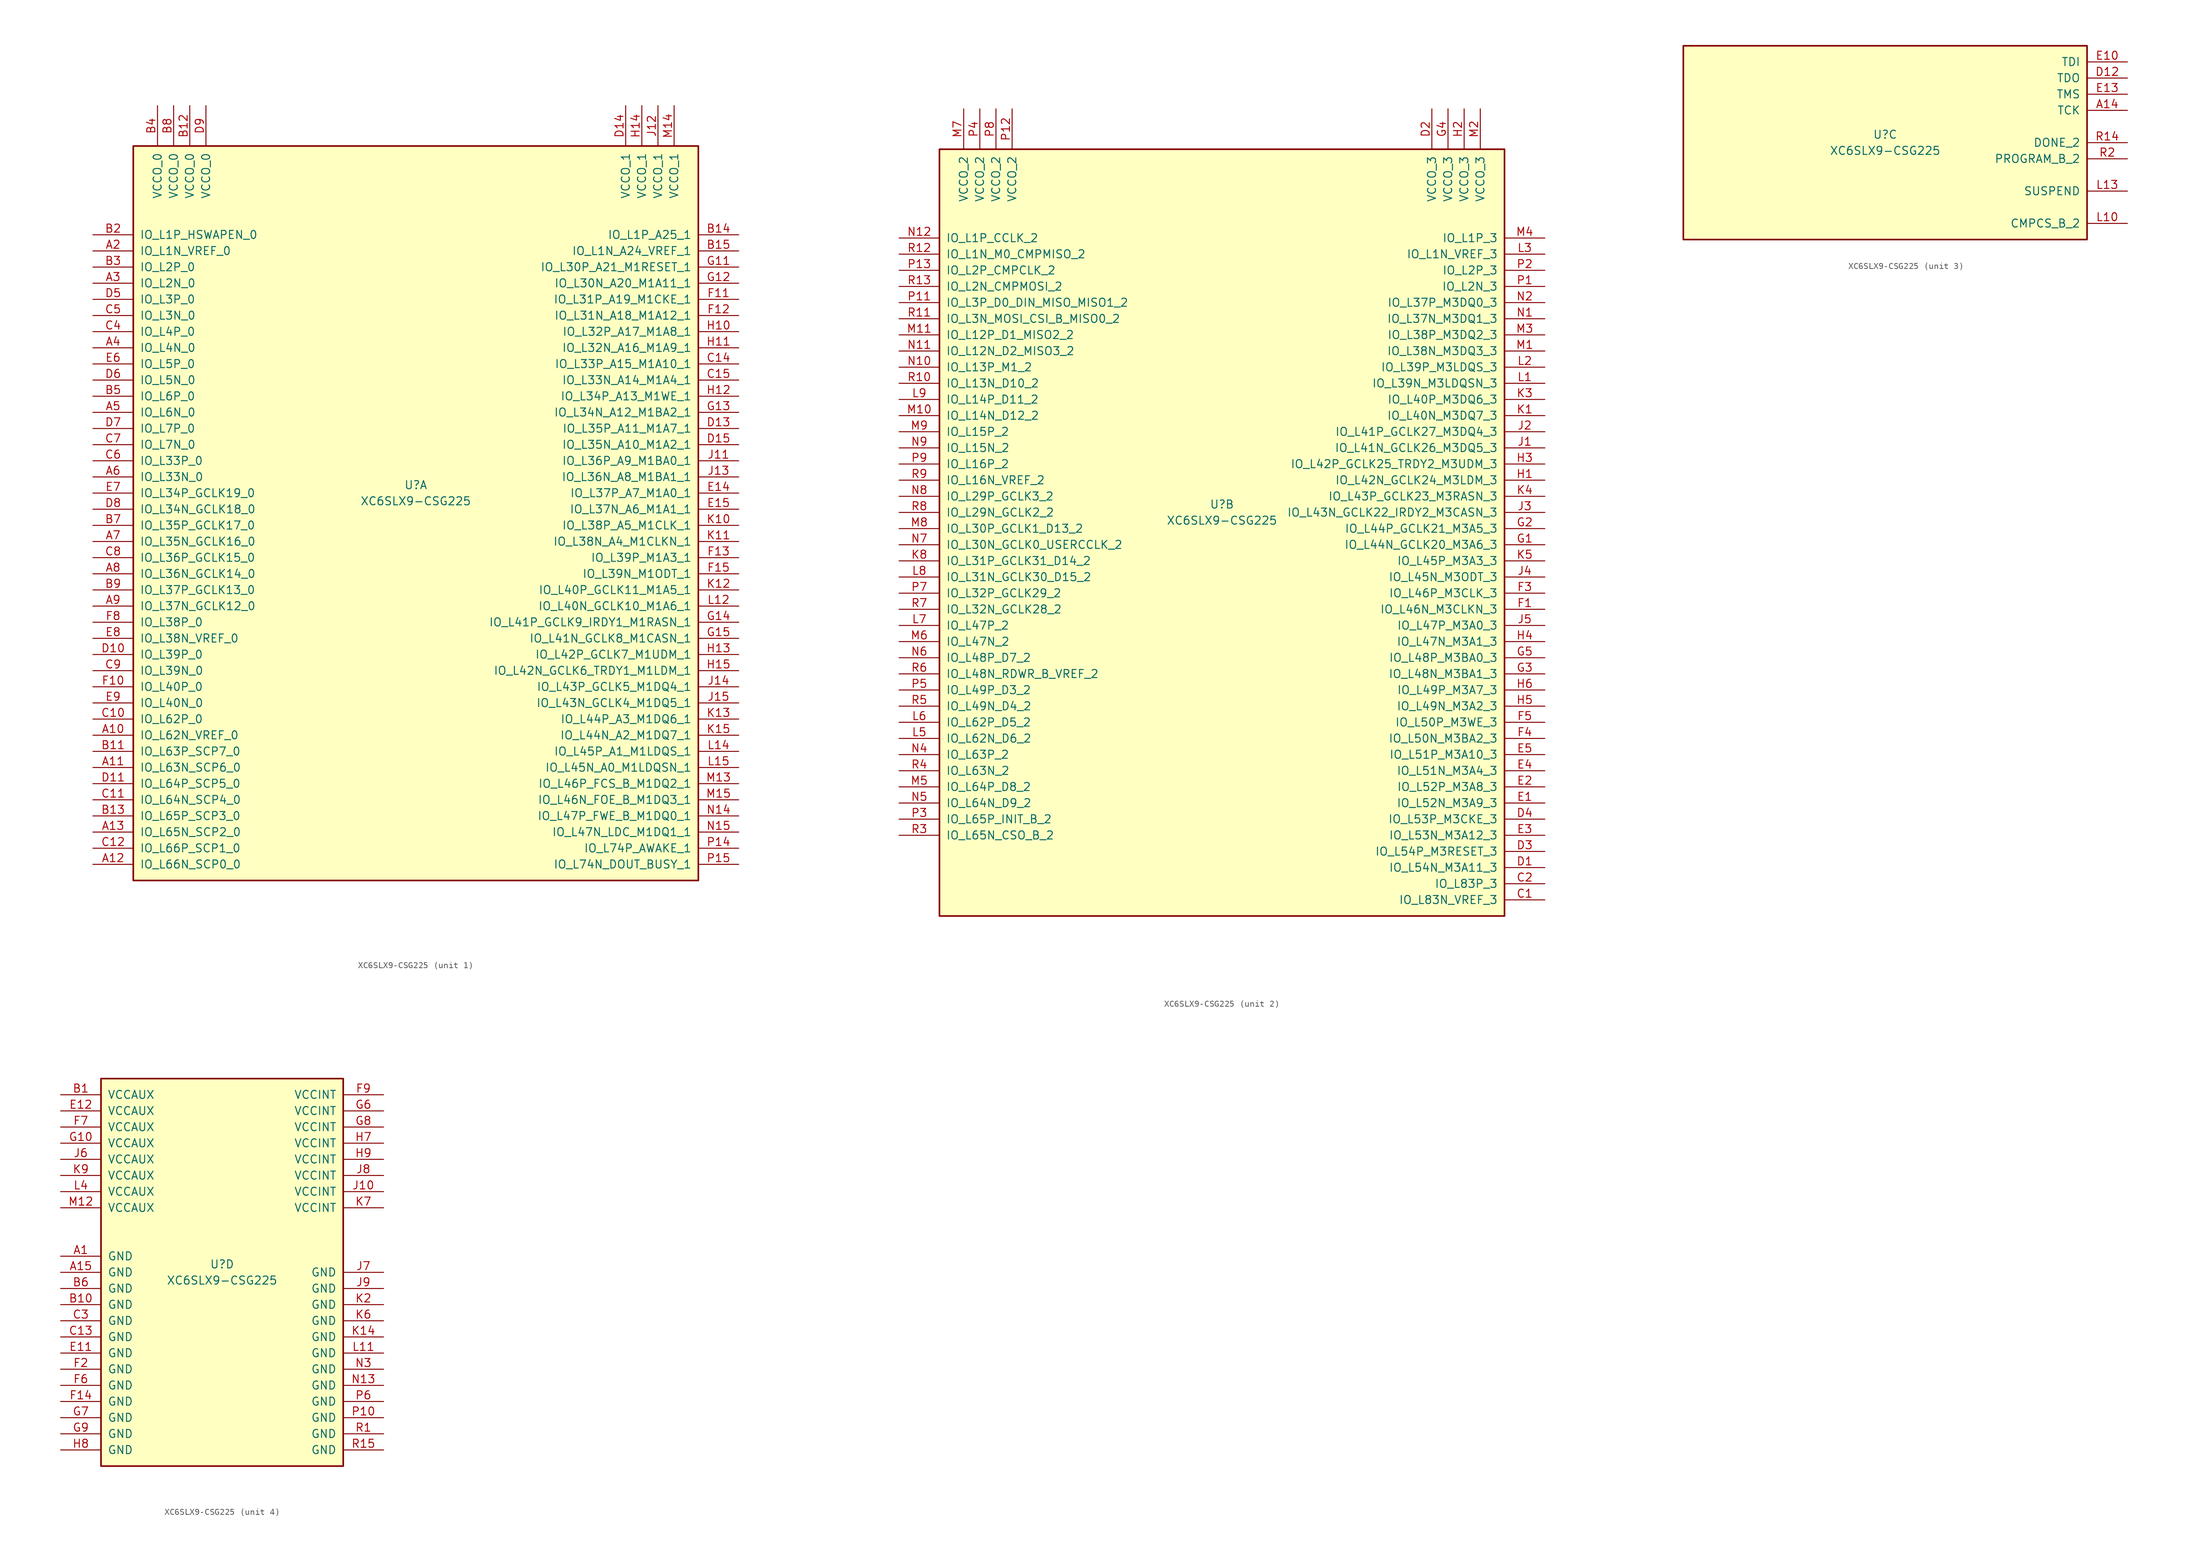
<source format=kicad_sym>
(kicad_symbol_lib
  (version 20201005)
  (generator kicad_symbol_editor)
  (symbol "XC6SLX9-CSG225"
    (pin_names
      (offset 1.016))
    (property "Reference" "U"
      (at 0 1.27 0)
      (effects (font (size 1.27 1.27))))
    (property "Value" "XC6SLX9-CSG225"
      (at 0 -1.27 0)
      (effects (font (size 1.27 1.27))))
    (property "Datasheet" ""
      (at 0 0 0)
      (effects (font (size 1.27 1.27))))
    (property "ki_locked" ""
      (at 0 0 0)
      (effects (font (size 1.27 1.27))))
    (symbol "XC6SLX9-CSG225_1_1"
      (rectangle (start -44.45 54.61) (end 44.45 -60.96) (stroke (width 0.254)) (fill (type background)))
      (pin bidirectional line (at -50.8 -38.1 0) (length 6.35) (name "IO_L62N_VREF_0" (effects (font (size 1.27 1.27)))) (number "A10" (effects (font (size 1.27 1.27)))))
      (pin bidirectional line (at -50.8 -43.18 0) (length 6.35) (name "IO_L63N_SCP6_0" (effects (font (size 1.27 1.27)))) (number "A11" (effects (font (size 1.27 1.27)))))
      (pin bidirectional line (at -50.8 -58.42 0) (length 6.35) (name "IO_L66N_SCP0_0" (effects (font (size 1.27 1.27)))) (number "A12" (effects (font (size 1.27 1.27)))))
      (pin bidirectional line (at -50.8 -53.34 0) (length 6.35) (name "IO_L65N_SCP2_0" (effects (font (size 1.27 1.27)))) (number "A13" (effects (font (size 1.27 1.27)))))
      (pin bidirectional line (at -50.8 38.1 0) (length 6.35) (name "IO_L1N_VREF_0" (effects (font (size 1.27 1.27)))) (number "A2" (effects (font (size 1.27 1.27)))))
      (pin bidirectional line (at -50.8 33.02 0) (length 6.35) (name "IO_L2N_0" (effects (font (size 1.27 1.27)))) (number "A3" (effects (font (size 1.27 1.27)))))
      (pin bidirectional line (at -50.8 22.86 0) (length 6.35) (name "IO_L4N_0" (effects (font (size 1.27 1.27)))) (number "A4" (effects (font (size 1.27 1.27)))))
      (pin bidirectional line (at -50.8 12.7 0) (length 6.35) (name "IO_L6N_0" (effects (font (size 1.27 1.27)))) (number "A5" (effects (font (size 1.27 1.27)))))
      (pin bidirectional line (at -50.8 2.54 0) (length 6.35) (name "IO_L33N_0" (effects (font (size 1.27 1.27)))) (number "A6" (effects (font (size 1.27 1.27)))))
      (pin bidirectional line (at -50.8 -7.62 0) (length 6.35) (name "IO_L35N_GCLK16_0" (effects (font (size 1.27 1.27)))) (number "A7" (effects (font (size 1.27 1.27)))))
      (pin bidirectional line (at -50.8 -12.7 0) (length 6.35) (name "IO_L36N_GCLK14_0" (effects (font (size 1.27 1.27)))) (number "A8" (effects (font (size 1.27 1.27)))))
      (pin bidirectional line (at -50.8 -17.78 0) (length 6.35) (name "IO_L37N_GCLK12_0" (effects (font (size 1.27 1.27)))) (number "A9" (effects (font (size 1.27 1.27)))))
      (pin bidirectional line (at -50.8 -40.64 0) (length 6.35) (name "IO_L63P_SCP7_0" (effects (font (size 1.27 1.27)))) (number "B11" (effects (font (size 1.27 1.27)))))
      (pin power_in line (at -35.56 60.96 270) (length 6.35) (name "VCCO_0" (effects (font (size 1.27 1.27)))) (number "B12" (effects (font (size 1.27 1.27)))))
      (pin bidirectional line (at -50.8 -50.8 0) (length 6.35) (name "IO_L65P_SCP3_0" (effects (font (size 1.27 1.27)))) (number "B13" (effects (font (size 1.27 1.27)))))
      (pin bidirectional line (at 50.8 40.64 180) (length 6.35) (name "IO_L1P_A25_1" (effects (font (size 1.27 1.27)))) (number "B14" (effects (font (size 1.27 1.27)))))
      (pin bidirectional line (at 50.8 38.1 180) (length 6.35) (name "IO_L1N_A24_VREF_1" (effects (font (size 1.27 1.27)))) (number "B15" (effects (font (size 1.27 1.27)))))
      (pin bidirectional line (at -50.8 40.64 0) (length 6.35) (name "IO_L1P_HSWAPEN_0" (effects (font (size 1.27 1.27)))) (number "B2" (effects (font (size 1.27 1.27)))))
      (pin bidirectional line (at -50.8 35.56 0) (length 6.35) (name "IO_L2P_0" (effects (font (size 1.27 1.27)))) (number "B3" (effects (font (size 1.27 1.27)))))
      (pin power_in line (at -40.64 60.96 270) (length 6.35) (name "VCCO_0" (effects (font (size 1.27 1.27)))) (number "B4" (effects (font (size 1.27 1.27)))))
      (pin bidirectional line (at -50.8 15.24 0) (length 6.35) (name "IO_L6P_0" (effects (font (size 1.27 1.27)))) (number "B5" (effects (font (size 1.27 1.27)))))
      (pin bidirectional line (at -50.8 -5.08 0) (length 6.35) (name "IO_L35P_GCLK17_0" (effects (font (size 1.27 1.27)))) (number "B7" (effects (font (size 1.27 1.27)))))
      (pin power_in line (at -38.1 60.96 270) (length 6.35) (name "VCCO_0" (effects (font (size 1.27 1.27)))) (number "B8" (effects (font (size 1.27 1.27)))))
      (pin bidirectional line (at -50.8 -15.24 0) (length 6.35) (name "IO_L37P_GCLK13_0" (effects (font (size 1.27 1.27)))) (number "B9" (effects (font (size 1.27 1.27)))))
      (pin bidirectional line (at -50.8 -35.56 0) (length 6.35) (name "IO_L62P_0" (effects (font (size 1.27 1.27)))) (number "C10" (effects (font (size 1.27 1.27)))))
      (pin bidirectional line (at -50.8 -48.26 0) (length 6.35) (name "IO_L64N_SCP4_0" (effects (font (size 1.27 1.27)))) (number "C11" (effects (font (size 1.27 1.27)))))
      (pin bidirectional line (at -50.8 -55.88 0) (length 6.35) (name "IO_L66P_SCP1_0" (effects (font (size 1.27 1.27)))) (number "C12" (effects (font (size 1.27 1.27)))))
      (pin bidirectional line (at 50.8 20.32 180) (length 6.35) (name "IO_L33P_A15_M1A10_1" (effects (font (size 1.27 1.27)))) (number "C14" (effects (font (size 1.27 1.27)))))
      (pin bidirectional line (at 50.8 17.78 180) (length 6.35) (name "IO_L33N_A14_M1A4_1" (effects (font (size 1.27 1.27)))) (number "C15" (effects (font (size 1.27 1.27)))))
      (pin bidirectional line (at -50.8 25.4 0) (length 6.35) (name "IO_L4P_0" (effects (font (size 1.27 1.27)))) (number "C4" (effects (font (size 1.27 1.27)))))
      (pin bidirectional line (at -50.8 27.94 0) (length 6.35) (name "IO_L3N_0" (effects (font (size 1.27 1.27)))) (number "C5" (effects (font (size 1.27 1.27)))))
      (pin bidirectional line (at -50.8 5.08 0) (length 6.35) (name "IO_L33P_0" (effects (font (size 1.27 1.27)))) (number "C6" (effects (font (size 1.27 1.27)))))
      (pin bidirectional line (at -50.8 7.62 0) (length 6.35) (name "IO_L7N_0" (effects (font (size 1.27 1.27)))) (number "C7" (effects (font (size 1.27 1.27)))))
      (pin bidirectional line (at -50.8 -10.16 0) (length 6.35) (name "IO_L36P_GCLK15_0" (effects (font (size 1.27 1.27)))) (number "C8" (effects (font (size 1.27 1.27)))))
      (pin bidirectional line (at -50.8 -27.94 0) (length 6.35) (name "IO_L39N_0" (effects (font (size 1.27 1.27)))) (number "C9" (effects (font (size 1.27 1.27)))))
      (pin bidirectional line (at -50.8 -25.4 0) (length 6.35) (name "IO_L39P_0" (effects (font (size 1.27 1.27)))) (number "D10" (effects (font (size 1.27 1.27)))))
      (pin bidirectional line (at -50.8 -45.72 0) (length 6.35) (name "IO_L64P_SCP5_0" (effects (font (size 1.27 1.27)))) (number "D11" (effects (font (size 1.27 1.27)))))
      (pin bidirectional line (at 50.8 10.16 180) (length 6.35) (name "IO_L35P_A11_M1A7_1" (effects (font (size 1.27 1.27)))) (number "D13" (effects (font (size 1.27 1.27)))))
      (pin power_in line (at 33.02 60.96 270) (length 6.35) (name "VCCO_1" (effects (font (size 1.27 1.27)))) (number "D14" (effects (font (size 1.27 1.27)))))
      (pin bidirectional line (at 50.8 7.62 180) (length 6.35) (name "IO_L35N_A10_M1A2_1" (effects (font (size 1.27 1.27)))) (number "D15" (effects (font (size 1.27 1.27)))))
      (pin bidirectional line (at -50.8 30.48 0) (length 6.35) (name "IO_L3P_0" (effects (font (size 1.27 1.27)))) (number "D5" (effects (font (size 1.27 1.27)))))
      (pin bidirectional line (at -50.8 17.78 0) (length 6.35) (name "IO_L5N_0" (effects (font (size 1.27 1.27)))) (number "D6" (effects (font (size 1.27 1.27)))))
      (pin bidirectional line (at -50.8 10.16 0) (length 6.35) (name "IO_L7P_0" (effects (font (size 1.27 1.27)))) (number "D7" (effects (font (size 1.27 1.27)))))
      (pin bidirectional line (at -50.8 -2.54 0) (length 6.35) (name "IO_L34N_GCLK18_0" (effects (font (size 1.27 1.27)))) (number "D8" (effects (font (size 1.27 1.27)))))
      (pin power_in line (at -33.02 60.96 270) (length 6.35) (name "VCCO_0" (effects (font (size 1.27 1.27)))) (number "D9" (effects (font (size 1.27 1.27)))))
      (pin bidirectional line (at 50.8 0 180) (length 6.35) (name "IO_L37P_A7_M1A0_1" (effects (font (size 1.27 1.27)))) (number "E14" (effects (font (size 1.27 1.27)))))
      (pin bidirectional line (at 50.8 -2.54 180) (length 6.35) (name "IO_L37N_A6_M1A1_1" (effects (font (size 1.27 1.27)))) (number "E15" (effects (font (size 1.27 1.27)))))
      (pin bidirectional line (at -50.8 20.32 0) (length 6.35) (name "IO_L5P_0" (effects (font (size 1.27 1.27)))) (number "E6" (effects (font (size 1.27 1.27)))))
      (pin bidirectional line (at -50.8 0 0) (length 6.35) (name "IO_L34P_GCLK19_0" (effects (font (size 1.27 1.27)))) (number "E7" (effects (font (size 1.27 1.27)))))
      (pin bidirectional line (at -50.8 -22.86 0) (length 6.35) (name "IO_L38N_VREF_0" (effects (font (size 1.27 1.27)))) (number "E8" (effects (font (size 1.27 1.27)))))
      (pin bidirectional line (at -50.8 -33.02 0) (length 6.35) (name "IO_L40N_0" (effects (font (size 1.27 1.27)))) (number "E9" (effects (font (size 1.27 1.27)))))
      (pin bidirectional line (at -50.8 -30.48 0) (length 6.35) (name "IO_L40P_0" (effects (font (size 1.27 1.27)))) (number "F10" (effects (font (size 1.27 1.27)))))
      (pin bidirectional line (at 50.8 30.48 180) (length 6.35) (name "IO_L31P_A19_M1CKE_1" (effects (font (size 1.27 1.27)))) (number "F11" (effects (font (size 1.27 1.27)))))
      (pin bidirectional line (at 50.8 27.94 180) (length 6.35) (name "IO_L31N_A18_M1A12_1" (effects (font (size 1.27 1.27)))) (number "F12" (effects (font (size 1.27 1.27)))))
      (pin bidirectional line (at 50.8 -10.16 180) (length 6.35) (name "IO_L39P_M1A3_1" (effects (font (size 1.27 1.27)))) (number "F13" (effects (font (size 1.27 1.27)))))
      (pin bidirectional line (at 50.8 -12.7 180) (length 6.35) (name "IO_L39N_M1ODT_1" (effects (font (size 1.27 1.27)))) (number "F15" (effects (font (size 1.27 1.27)))))
      (pin bidirectional line (at -50.8 -20.32 0) (length 6.35) (name "IO_L38P_0" (effects (font (size 1.27 1.27)))) (number "F8" (effects (font (size 1.27 1.27)))))
      (pin bidirectional line (at 50.8 35.56 180) (length 6.35) (name "IO_L30P_A21_M1RESET_1" (effects (font (size 1.27 1.27)))) (number "G11" (effects (font (size 1.27 1.27)))))
      (pin bidirectional line (at 50.8 33.02 180) (length 6.35) (name "IO_L30N_A20_M1A11_1" (effects (font (size 1.27 1.27)))) (number "G12" (effects (font (size 1.27 1.27)))))
      (pin bidirectional line (at 50.8 12.7 180) (length 6.35) (name "IO_L34N_A12_M1BA2_1" (effects (font (size 1.27 1.27)))) (number "G13" (effects (font (size 1.27 1.27)))))
      (pin bidirectional line (at 50.8 -20.32 180) (length 6.35) (name "IO_L41P_GCLK9_IRDY1_M1RASN_1" (effects (font (size 1.27 1.27)))) (number "G14" (effects (font (size 1.27 1.27)))))
      (pin bidirectional line (at 50.8 -22.86 180) (length 6.35) (name "IO_L41N_GCLK8_M1CASN_1" (effects (font (size 1.27 1.27)))) (number "G15" (effects (font (size 1.27 1.27)))))
      (pin bidirectional line (at 50.8 25.4 180) (length 6.35) (name "IO_L32P_A17_M1A8_1" (effects (font (size 1.27 1.27)))) (number "H10" (effects (font (size 1.27 1.27)))))
      (pin bidirectional line (at 50.8 22.86 180) (length 6.35) (name "IO_L32N_A16_M1A9_1" (effects (font (size 1.27 1.27)))) (number "H11" (effects (font (size 1.27 1.27)))))
      (pin bidirectional line (at 50.8 15.24 180) (length 6.35) (name "IO_L34P_A13_M1WE_1" (effects (font (size 1.27 1.27)))) (number "H12" (effects (font (size 1.27 1.27)))))
      (pin bidirectional line (at 50.8 -25.4 180) (length 6.35) (name "IO_L42P_GCLK7_M1UDM_1" (effects (font (size 1.27 1.27)))) (number "H13" (effects (font (size 1.27 1.27)))))
      (pin power_in line (at 35.56 60.96 270) (length 6.35) (name "VCCO_1" (effects (font (size 1.27 1.27)))) (number "H14" (effects (font (size 1.27 1.27)))))
      (pin bidirectional line (at 50.8 -27.94 180) (length 6.35) (name "IO_L42N_GCLK6_TRDY1_M1LDM_1" (effects (font (size 1.27 1.27)))) (number "H15" (effects (font (size 1.27 1.27)))))
      (pin bidirectional line (at 50.8 5.08 180) (length 6.35) (name "IO_L36P_A9_M1BA0_1" (effects (font (size 1.27 1.27)))) (number "J11" (effects (font (size 1.27 1.27)))))
      (pin power_in line (at 38.1 60.96 270) (length 6.35) (name "VCCO_1" (effects (font (size 1.27 1.27)))) (number "J12" (effects (font (size 1.27 1.27)))))
      (pin bidirectional line (at 50.8 2.54 180) (length 6.35) (name "IO_L36N_A8_M1BA1_1" (effects (font (size 1.27 1.27)))) (number "J13" (effects (font (size 1.27 1.27)))))
      (pin bidirectional line (at 50.8 -30.48 180) (length 6.35) (name "IO_L43P_GCLK5_M1DQ4_1" (effects (font (size 1.27 1.27)))) (number "J14" (effects (font (size 1.27 1.27)))))
      (pin bidirectional line (at 50.8 -33.02 180) (length 6.35) (name "IO_L43N_GCLK4_M1DQ5_1" (effects (font (size 1.27 1.27)))) (number "J15" (effects (font (size 1.27 1.27)))))
      (pin bidirectional line (at 50.8 -5.08 180) (length 6.35) (name "IO_L38P_A5_M1CLK_1" (effects (font (size 1.27 1.27)))) (number "K10" (effects (font (size 1.27 1.27)))))
      (pin bidirectional line (at 50.8 -7.62 180) (length 6.35) (name "IO_L38N_A4_M1CLKN_1" (effects (font (size 1.27 1.27)))) (number "K11" (effects (font (size 1.27 1.27)))))
      (pin bidirectional line (at 50.8 -15.24 180) (length 6.35) (name "IO_L40P_GCLK11_M1A5_1" (effects (font (size 1.27 1.27)))) (number "K12" (effects (font (size 1.27 1.27)))))
      (pin bidirectional line (at 50.8 -35.56 180) (length 6.35) (name "IO_L44P_A3_M1DQ6_1" (effects (font (size 1.27 1.27)))) (number "K13" (effects (font (size 1.27 1.27)))))
      (pin bidirectional line (at 50.8 -38.1 180) (length 6.35) (name "IO_L44N_A2_M1DQ7_1" (effects (font (size 1.27 1.27)))) (number "K15" (effects (font (size 1.27 1.27)))))
      (pin bidirectional line (at 50.8 -17.78 180) (length 6.35) (name "IO_L40N_GCLK10_M1A6_1" (effects (font (size 1.27 1.27)))) (number "L12" (effects (font (size 1.27 1.27)))))
      (pin bidirectional line (at 50.8 -40.64 180) (length 6.35) (name "IO_L45P_A1_M1LDQS_1" (effects (font (size 1.27 1.27)))) (number "L14" (effects (font (size 1.27 1.27)))))
      (pin bidirectional line (at 50.8 -43.18 180) (length 6.35) (name "IO_L45N_A0_M1LDQSN_1" (effects (font (size 1.27 1.27)))) (number "L15" (effects (font (size 1.27 1.27)))))
      (pin bidirectional line (at 50.8 -45.72 180) (length 6.35) (name "IO_L46P_FCS_B_M1DQ2_1" (effects (font (size 1.27 1.27)))) (number "M13" (effects (font (size 1.27 1.27)))))
      (pin power_in line (at 40.64 60.96 270) (length 6.35) (name "VCCO_1" (effects (font (size 1.27 1.27)))) (number "M14" (effects (font (size 1.27 1.27)))))
      (pin bidirectional line (at 50.8 -48.26 180) (length 6.35) (name "IO_L46N_FOE_B_M1DQ3_1" (effects (font (size 1.27 1.27)))) (number "M15" (effects (font (size 1.27 1.27)))))
      (pin bidirectional line (at 50.8 -50.8 180) (length 6.35) (name "IO_L47P_FWE_B_M1DQ0_1" (effects (font (size 1.27 1.27)))) (number "N14" (effects (font (size 1.27 1.27)))))
      (pin bidirectional line (at 50.8 -53.34 180) (length 6.35) (name "IO_L47N_LDC_M1DQ1_1" (effects (font (size 1.27 1.27)))) (number "N15" (effects (font (size 1.27 1.27)))))
      (pin bidirectional line (at 50.8 -55.88 180) (length 6.35) (name "IO_L74P_AWAKE_1" (effects (font (size 1.27 1.27)))) (number "P14" (effects (font (size 1.27 1.27)))))
      (pin bidirectional line (at 50.8 -58.42 180) (length 6.35) (name "IO_L74N_DOUT_BUSY_1" (effects (font (size 1.27 1.27)))) (number "P15" (effects (font (size 1.27 1.27))))))
    (symbol "XC6SLX9-CSG225_2_1"
      (rectangle (start -44.45 57.15) (end 44.45 -63.5) (stroke (width 0.254)) (fill (type background)))
      (pin bidirectional line (at 50.8 -60.96 180) (length 6.35) (name "IO_L83N_VREF_3" (effects (font (size 1.27 1.27)))) (number "C1" (effects (font (size 1.27 1.27)))))
      (pin bidirectional line (at 50.8 -58.42 180) (length 6.35) (name "IO_L83P_3" (effects (font (size 1.27 1.27)))) (number "C2" (effects (font (size 1.27 1.27)))))
      (pin bidirectional line (at 50.8 -55.88 180) (length 6.35) (name "IO_L54N_M3A11_3" (effects (font (size 1.27 1.27)))) (number "D1" (effects (font (size 1.27 1.27)))))
      (pin power_in line (at 33.02 63.5 270) (length 6.35) (name "VCCO_3" (effects (font (size 1.27 1.27)))) (number "D2" (effects (font (size 1.27 1.27)))))
      (pin bidirectional line (at 50.8 -53.34 180) (length 6.35) (name "IO_L54P_M3RESET_3" (effects (font (size 1.27 1.27)))) (number "D3" (effects (font (size 1.27 1.27)))))
      (pin bidirectional line (at 50.8 -48.26 180) (length 6.35) (name "IO_L53P_M3CKE_3" (effects (font (size 1.27 1.27)))) (number "D4" (effects (font (size 1.27 1.27)))))
      (pin bidirectional line (at 50.8 -45.72 180) (length 6.35) (name "IO_L52N_M3A9_3" (effects (font (size 1.27 1.27)))) (number "E1" (effects (font (size 1.27 1.27)))))
      (pin bidirectional line (at 50.8 -43.18 180) (length 6.35) (name "IO_L52P_M3A8_3" (effects (font (size 1.27 1.27)))) (number "E2" (effects (font (size 1.27 1.27)))))
      (pin bidirectional line (at 50.8 -50.8 180) (length 6.35) (name "IO_L53N_M3A12_3" (effects (font (size 1.27 1.27)))) (number "E3" (effects (font (size 1.27 1.27)))))
      (pin bidirectional line (at 50.8 -40.64 180) (length 6.35) (name "IO_L51N_M3A4_3" (effects (font (size 1.27 1.27)))) (number "E4" (effects (font (size 1.27 1.27)))))
      (pin bidirectional line (at 50.8 -38.1 180) (length 6.35) (name "IO_L51P_M3A10_3" (effects (font (size 1.27 1.27)))) (number "E5" (effects (font (size 1.27 1.27)))))
      (pin bidirectional line (at 50.8 -15.24 180) (length 6.35) (name "IO_L46N_M3CLKN_3" (effects (font (size 1.27 1.27)))) (number "F1" (effects (font (size 1.27 1.27)))))
      (pin bidirectional line (at 50.8 -12.7 180) (length 6.35) (name "IO_L46P_M3CLK_3" (effects (font (size 1.27 1.27)))) (number "F3" (effects (font (size 1.27 1.27)))))
      (pin bidirectional line (at 50.8 -35.56 180) (length 6.35) (name "IO_L50N_M3BA2_3" (effects (font (size 1.27 1.27)))) (number "F4" (effects (font (size 1.27 1.27)))))
      (pin bidirectional line (at 50.8 -33.02 180) (length 6.35) (name "IO_L50P_M3WE_3" (effects (font (size 1.27 1.27)))) (number "F5" (effects (font (size 1.27 1.27)))))
      (pin bidirectional line (at 50.8 -5.08 180) (length 6.35) (name "IO_L44N_GCLK20_M3A6_3" (effects (font (size 1.27 1.27)))) (number "G1" (effects (font (size 1.27 1.27)))))
      (pin bidirectional line (at 50.8 -2.54 180) (length 6.35) (name "IO_L44P_GCLK21_M3A5_3" (effects (font (size 1.27 1.27)))) (number "G2" (effects (font (size 1.27 1.27)))))
      (pin bidirectional line (at 50.8 -25.4 180) (length 6.35) (name "IO_L48N_M3BA1_3" (effects (font (size 1.27 1.27)))) (number "G3" (effects (font (size 1.27 1.27)))))
      (pin power_in line (at 35.56 63.5 270) (length 6.35) (name "VCCO_3" (effects (font (size 1.27 1.27)))) (number "G4" (effects (font (size 1.27 1.27)))))
      (pin bidirectional line (at 50.8 -22.86 180) (length 6.35) (name "IO_L48P_M3BA0_3" (effects (font (size 1.27 1.27)))) (number "G5" (effects (font (size 1.27 1.27)))))
      (pin bidirectional line (at 50.8 5.08 180) (length 6.35) (name "IO_L42N_GCLK24_M3LDM_3" (effects (font (size 1.27 1.27)))) (number "H1" (effects (font (size 1.27 1.27)))))
      (pin power_in line (at 38.1 63.5 270) (length 6.35) (name "VCCO_3" (effects (font (size 1.27 1.27)))) (number "H2" (effects (font (size 1.27 1.27)))))
      (pin bidirectional line (at 50.8 7.62 180) (length 6.35) (name "IO_L42P_GCLK25_TRDY2_M3UDM_3" (effects (font (size 1.27 1.27)))) (number "H3" (effects (font (size 1.27 1.27)))))
      (pin bidirectional line (at 50.8 -20.32 180) (length 6.35) (name "IO_L47N_M3A1_3" (effects (font (size 1.27 1.27)))) (number "H4" (effects (font (size 1.27 1.27)))))
      (pin bidirectional line (at 50.8 -30.48 180) (length 6.35) (name "IO_L49N_M3A2_3" (effects (font (size 1.27 1.27)))) (number "H5" (effects (font (size 1.27 1.27)))))
      (pin bidirectional line (at 50.8 -27.94 180) (length 6.35) (name "IO_L49P_M3A7_3" (effects (font (size 1.27 1.27)))) (number "H6" (effects (font (size 1.27 1.27)))))
      (pin bidirectional line (at 50.8 10.16 180) (length 6.35) (name "IO_L41N_GCLK26_M3DQ5_3" (effects (font (size 1.27 1.27)))) (number "J1" (effects (font (size 1.27 1.27)))))
      (pin bidirectional line (at 50.8 12.7 180) (length 6.35) (name "IO_L41P_GCLK27_M3DQ4_3" (effects (font (size 1.27 1.27)))) (number "J2" (effects (font (size 1.27 1.27)))))
      (pin bidirectional line (at 50.8 0 180) (length 6.35) (name "IO_L43N_GCLK22_IRDY2_M3CASN_3" (effects (font (size 1.27 1.27)))) (number "J3" (effects (font (size 1.27 1.27)))))
      (pin bidirectional line (at 50.8 -10.16 180) (length 6.35) (name "IO_L45N_M3ODT_3" (effects (font (size 1.27 1.27)))) (number "J4" (effects (font (size 1.27 1.27)))))
      (pin bidirectional line (at 50.8 -17.78 180) (length 6.35) (name "IO_L47P_M3A0_3" (effects (font (size 1.27 1.27)))) (number "J5" (effects (font (size 1.27 1.27)))))
      (pin bidirectional line (at 50.8 15.24 180) (length 6.35) (name "IO_L40N_M3DQ7_3" (effects (font (size 1.27 1.27)))) (number "K1" (effects (font (size 1.27 1.27)))))
      (pin bidirectional line (at 50.8 17.78 180) (length 6.35) (name "IO_L40P_M3DQ6_3" (effects (font (size 1.27 1.27)))) (number "K3" (effects (font (size 1.27 1.27)))))
      (pin bidirectional line (at 50.8 2.54 180) (length 6.35) (name "IO_L43P_GCLK23_M3RASN_3" (effects (font (size 1.27 1.27)))) (number "K4" (effects (font (size 1.27 1.27)))))
      (pin bidirectional line (at 50.8 -7.62 180) (length 6.35) (name "IO_L45P_M3A3_3" (effects (font (size 1.27 1.27)))) (number "K5" (effects (font (size 1.27 1.27)))))
      (pin bidirectional line (at -50.8 -7.62 0) (length 6.35) (name "IO_L31P_GCLK31_D14_2" (effects (font (size 1.27 1.27)))) (number "K8" (effects (font (size 1.27 1.27)))))
      (pin bidirectional line (at 50.8 20.32 180) (length 6.35) (name "IO_L39N_M3LDQSN_3" (effects (font (size 1.27 1.27)))) (number "L1" (effects (font (size 1.27 1.27)))))
      (pin bidirectional line (at 50.8 22.86 180) (length 6.35) (name "IO_L39P_M3LDQS_3" (effects (font (size 1.27 1.27)))) (number "L2" (effects (font (size 1.27 1.27)))))
      (pin bidirectional line (at 50.8 40.64 180) (length 6.35) (name "IO_L1N_VREF_3" (effects (font (size 1.27 1.27)))) (number "L3" (effects (font (size 1.27 1.27)))))
      (pin bidirectional line (at -50.8 -35.56 0) (length 6.35) (name "IO_L62N_D6_2" (effects (font (size 1.27 1.27)))) (number "L5" (effects (font (size 1.27 1.27)))))
      (pin bidirectional line (at -50.8 -33.02 0) (length 6.35) (name "IO_L62P_D5_2" (effects (font (size 1.27 1.27)))) (number "L6" (effects (font (size 1.27 1.27)))))
      (pin bidirectional line (at -50.8 -17.78 0) (length 6.35) (name "IO_L47P_2" (effects (font (size 1.27 1.27)))) (number "L7" (effects (font (size 1.27 1.27)))))
      (pin bidirectional line (at -50.8 -10.16 0) (length 6.35) (name "IO_L31N_GCLK30_D15_2" (effects (font (size 1.27 1.27)))) (number "L8" (effects (font (size 1.27 1.27)))))
      (pin bidirectional line (at -50.8 17.78 0) (length 6.35) (name "IO_L14P_D11_2" (effects (font (size 1.27 1.27)))) (number "L9" (effects (font (size 1.27 1.27)))))
      (pin bidirectional line (at 50.8 25.4 180) (length 6.35) (name "IO_L38N_M3DQ3_3" (effects (font (size 1.27 1.27)))) (number "M1" (effects (font (size 1.27 1.27)))))
      (pin bidirectional line (at -50.8 15.24 0) (length 6.35) (name "IO_L14N_D12_2" (effects (font (size 1.27 1.27)))) (number "M10" (effects (font (size 1.27 1.27)))))
      (pin bidirectional line (at -50.8 27.94 0) (length 6.35) (name "IO_L12P_D1_MISO2_2" (effects (font (size 1.27 1.27)))) (number "M11" (effects (font (size 1.27 1.27)))))
      (pin power_in line (at 40.64 63.5 270) (length 6.35) (name "VCCO_3" (effects (font (size 1.27 1.27)))) (number "M2" (effects (font (size 1.27 1.27)))))
      (pin bidirectional line (at 50.8 27.94 180) (length 6.35) (name "IO_L38P_M3DQ2_3" (effects (font (size 1.27 1.27)))) (number "M3" (effects (font (size 1.27 1.27)))))
      (pin bidirectional line (at 50.8 43.18 180) (length 6.35) (name "IO_L1P_3" (effects (font (size 1.27 1.27)))) (number "M4" (effects (font (size 1.27 1.27)))))
      (pin bidirectional line (at -50.8 -43.18 0) (length 6.35) (name "IO_L64P_D8_2" (effects (font (size 1.27 1.27)))) (number "M5" (effects (font (size 1.27 1.27)))))
      (pin bidirectional line (at -50.8 -20.32 0) (length 6.35) (name "IO_L47N_2" (effects (font (size 1.27 1.27)))) (number "M6" (effects (font (size 1.27 1.27)))))
      (pin power_in line (at -40.64 63.5 270) (length 6.35) (name "VCCO_2" (effects (font (size 1.27 1.27)))) (number "M7" (effects (font (size 1.27 1.27)))))
      (pin bidirectional line (at -50.8 -2.54 0) (length 6.35) (name "IO_L30P_GCLK1_D13_2" (effects (font (size 1.27 1.27)))) (number "M8" (effects (font (size 1.27 1.27)))))
      (pin bidirectional line (at -50.8 12.7 0) (length 6.35) (name "IO_L15P_2" (effects (font (size 1.27 1.27)))) (number "M9" (effects (font (size 1.27 1.27)))))
      (pin bidirectional line (at 50.8 30.48 180) (length 6.35) (name "IO_L37N_M3DQ1_3" (effects (font (size 1.27 1.27)))) (number "N1" (effects (font (size 1.27 1.27)))))
      (pin bidirectional line (at -50.8 22.86 0) (length 6.35) (name "IO_L13P_M1_2" (effects (font (size 1.27 1.27)))) (number "N10" (effects (font (size 1.27 1.27)))))
      (pin bidirectional line (at -50.8 25.4 0) (length 6.35) (name "IO_L12N_D2_MISO3_2" (effects (font (size 1.27 1.27)))) (number "N11" (effects (font (size 1.27 1.27)))))
      (pin bidirectional line (at -50.8 43.18 0) (length 6.35) (name "IO_L1P_CCLK_2" (effects (font (size 1.27 1.27)))) (number "N12" (effects (font (size 1.27 1.27)))))
      (pin bidirectional line (at 50.8 33.02 180) (length 6.35) (name "IO_L37P_M3DQ0_3" (effects (font (size 1.27 1.27)))) (number "N2" (effects (font (size 1.27 1.27)))))
      (pin bidirectional line (at -50.8 -38.1 0) (length 6.35) (name "IO_L63P_2" (effects (font (size 1.27 1.27)))) (number "N4" (effects (font (size 1.27 1.27)))))
      (pin bidirectional line (at -50.8 -45.72 0) (length 6.35) (name "IO_L64N_D9_2" (effects (font (size 1.27 1.27)))) (number "N5" (effects (font (size 1.27 1.27)))))
      (pin bidirectional line (at -50.8 -22.86 0) (length 6.35) (name "IO_L48P_D7_2" (effects (font (size 1.27 1.27)))) (number "N6" (effects (font (size 1.27 1.27)))))
      (pin bidirectional line (at -50.8 -5.08 0) (length 6.35) (name "IO_L30N_GCLK0_USERCCLK_2" (effects (font (size 1.27 1.27)))) (number "N7" (effects (font (size 1.27 1.27)))))
      (pin bidirectional line (at -50.8 2.54 0) (length 6.35) (name "IO_L29P_GCLK3_2" (effects (font (size 1.27 1.27)))) (number "N8" (effects (font (size 1.27 1.27)))))
      (pin bidirectional line (at -50.8 10.16 0) (length 6.35) (name "IO_L15N_2" (effects (font (size 1.27 1.27)))) (number "N9" (effects (font (size 1.27 1.27)))))
      (pin bidirectional line (at 50.8 35.56 180) (length 6.35) (name "IO_L2N_3" (effects (font (size 1.27 1.27)))) (number "P1" (effects (font (size 1.27 1.27)))))
      (pin bidirectional line (at -50.8 33.02 0) (length 6.35) (name "IO_L3P_D0_DIN_MISO_MISO1_2" (effects (font (size 1.27 1.27)))) (number "P11" (effects (font (size 1.27 1.27)))))
      (pin power_in line (at -33.02 63.5 270) (length 6.35) (name "VCCO_2" (effects (font (size 1.27 1.27)))) (number "P12" (effects (font (size 1.27 1.27)))))
      (pin bidirectional line (at -50.8 38.1 0) (length 6.35) (name "IO_L2P_CMPCLK_2" (effects (font (size 1.27 1.27)))) (number "P13" (effects (font (size 1.27 1.27)))))
      (pin bidirectional line (at 50.8 38.1 180) (length 6.35) (name "IO_L2P_3" (effects (font (size 1.27 1.27)))) (number "P2" (effects (font (size 1.27 1.27)))))
      (pin bidirectional line (at -50.8 -48.26 0) (length 6.35) (name "IO_L65P_INIT_B_2" (effects (font (size 1.27 1.27)))) (number "P3" (effects (font (size 1.27 1.27)))))
      (pin power_in line (at -38.1 63.5 270) (length 6.35) (name "VCCO_2" (effects (font (size 1.27 1.27)))) (number "P4" (effects (font (size 1.27 1.27)))))
      (pin bidirectional line (at -50.8 -27.94 0) (length 6.35) (name "IO_L49P_D3_2" (effects (font (size 1.27 1.27)))) (number "P5" (effects (font (size 1.27 1.27)))))
      (pin bidirectional line (at -50.8 -12.7 0) (length 6.35) (name "IO_L32P_GCLK29_2" (effects (font (size 1.27 1.27)))) (number "P7" (effects (font (size 1.27 1.27)))))
      (pin power_in line (at -35.56 63.5 270) (length 6.35) (name "VCCO_2" (effects (font (size 1.27 1.27)))) (number "P8" (effects (font (size 1.27 1.27)))))
      (pin bidirectional line (at -50.8 7.62 0) (length 6.35) (name "IO_L16P_2" (effects (font (size 1.27 1.27)))) (number "P9" (effects (font (size 1.27 1.27)))))
      (pin bidirectional line (at -50.8 20.32 0) (length 6.35) (name "IO_L13N_D10_2" (effects (font (size 1.27 1.27)))) (number "R10" (effects (font (size 1.27 1.27)))))
      (pin bidirectional line (at -50.8 30.48 0) (length 6.35) (name "IO_L3N_MOSI_CSI_B_MISO0_2" (effects (font (size 1.27 1.27)))) (number "R11" (effects (font (size 1.27 1.27)))))
      (pin bidirectional line (at -50.8 40.64 0) (length 6.35) (name "IO_L1N_M0_CMPMISO_2" (effects (font (size 1.27 1.27)))) (number "R12" (effects (font (size 1.27 1.27)))))
      (pin bidirectional line (at -50.8 35.56 0) (length 6.35) (name "IO_L2N_CMPMOSI_2" (effects (font (size 1.27 1.27)))) (number "R13" (effects (font (size 1.27 1.27)))))
      (pin bidirectional line (at -50.8 -50.8 0) (length 6.35) (name "IO_L65N_CSO_B_2" (effects (font (size 1.27 1.27)))) (number "R3" (effects (font (size 1.27 1.27)))))
      (pin bidirectional line (at -50.8 -40.64 0) (length 6.35) (name "IO_L63N_2" (effects (font (size 1.27 1.27)))) (number "R4" (effects (font (size 1.27 1.27)))))
      (pin bidirectional line (at -50.8 -30.48 0) (length 6.35) (name "IO_L49N_D4_2" (effects (font (size 1.27 1.27)))) (number "R5" (effects (font (size 1.27 1.27)))))
      (pin bidirectional line (at -50.8 -25.4 0) (length 6.35) (name "IO_L48N_RDWR_B_VREF_2" (effects (font (size 1.27 1.27)))) (number "R6" (effects (font (size 1.27 1.27)))))
      (pin bidirectional line (at -50.8 -15.24 0) (length 6.35) (name "IO_L32N_GCLK28_2" (effects (font (size 1.27 1.27)))) (number "R7" (effects (font (size 1.27 1.27)))))
      (pin bidirectional line (at -50.8 0 0) (length 6.35) (name "IO_L29N_GCLK2_2" (effects (font (size 1.27 1.27)))) (number "R8" (effects (font (size 1.27 1.27)))))
      (pin bidirectional line (at -50.8 5.08 0) (length 6.35) (name "IO_L16N_VREF_2" (effects (font (size 1.27 1.27)))) (number "R9" (effects (font (size 1.27 1.27))))))
    (symbol "XC6SLX9-CSG225_3_1"
      (rectangle (start -31.75 15.24) (end 31.75 -15.24) (stroke (width 0.254)) (fill (type background)))
      (pin bidirectional line (at 38.1 5.08 180) (length 6.35) (name "TCK" (effects (font (size 1.27 1.27)))) (number "A14" (effects (font (size 1.27 1.27)))))
      (pin bidirectional line (at 38.1 10.16 180) (length 6.35) (name "TDO" (effects (font (size 1.27 1.27)))) (number "D12" (effects (font (size 1.27 1.27)))))
      (pin bidirectional line (at 38.1 12.7 180) (length 6.35) (name "TDI" (effects (font (size 1.27 1.27)))) (number "E10" (effects (font (size 1.27 1.27)))))
      (pin bidirectional line (at 38.1 7.62 180) (length 6.35) (name "TMS" (effects (font (size 1.27 1.27)))) (number "E13" (effects (font (size 1.27 1.27)))))
      (pin bidirectional line (at 38.1 -12.7 180) (length 6.35) (name "CMPCS_B_2" (effects (font (size 1.27 1.27)))) (number "L10" (effects (font (size 1.27 1.27)))))
      (pin bidirectional line (at 38.1 -7.62 180) (length 6.35) (name "SUSPEND" (effects (font (size 1.27 1.27)))) (number "L13" (effects (font (size 1.27 1.27)))))
      (pin bidirectional line (at 38.1 0 180) (length 6.35) (name "DONE_2" (effects (font (size 1.27 1.27)))) (number "R14" (effects (font (size 1.27 1.27)))))
      (pin bidirectional line (at 38.1 -2.54 180) (length 6.35) (name "PROGRAM_B_2" (effects (font (size 1.27 1.27)))) (number "R2" (effects (font (size 1.27 1.27))))))
    (symbol "XC6SLX9-CSG225_4_1"
      (rectangle (start -19.05 30.48) (end 19.05 -30.48) (stroke (width 0.254)) (fill (type background)))
      (pin power_in line (at -25.4 2.54 0) (length 6.35) (name "GND" (effects (font (size 1.27 1.27)))) (number "A1" (effects (font (size 1.27 1.27)))))
      (pin power_in line (at -25.4 0 0) (length 6.35) (name "GND" (effects (font (size 1.27 1.27)))) (number "A15" (effects (font (size 1.27 1.27)))))
      (pin power_in line (at -25.4 27.94 0) (length 6.35) (name "VCCAUX" (effects (font (size 1.27 1.27)))) (number "B1" (effects (font (size 1.27 1.27)))))
      (pin power_in line (at -25.4 -5.08 0) (length 6.35) (name "GND" (effects (font (size 1.27 1.27)))) (number "B10" (effects (font (size 1.27 1.27)))))
      (pin power_in line (at -25.4 -2.54 0) (length 6.35) (name "GND" (effects (font (size 1.27 1.27)))) (number "B6" (effects (font (size 1.27 1.27)))))
      (pin power_in line (at -25.4 -10.16 0) (length 6.35) (name "GND" (effects (font (size 1.27 1.27)))) (number "C13" (effects (font (size 1.27 1.27)))))
      (pin power_in line (at -25.4 -7.62 0) (length 6.35) (name "GND" (effects (font (size 1.27 1.27)))) (number "C3" (effects (font (size 1.27 1.27)))))
      (pin power_in line (at -25.4 -12.7 0) (length 6.35) (name "GND" (effects (font (size 1.27 1.27)))) (number "E11" (effects (font (size 1.27 1.27)))))
      (pin power_in line (at -25.4 25.4 0) (length 6.35) (name "VCCAUX" (effects (font (size 1.27 1.27)))) (number "E12" (effects (font (size 1.27 1.27)))))
      (pin power_in line (at -25.4 -20.32 0) (length 6.35) (name "GND" (effects (font (size 1.27 1.27)))) (number "F14" (effects (font (size 1.27 1.27)))))
      (pin power_in line (at -25.4 -15.24 0) (length 6.35) (name "GND" (effects (font (size 1.27 1.27)))) (number "F2" (effects (font (size 1.27 1.27)))))
      (pin power_in line (at -25.4 -17.78 0) (length 6.35) (name "GND" (effects (font (size 1.27 1.27)))) (number "F6" (effects (font (size 1.27 1.27)))))
      (pin power_in line (at -25.4 22.86 0) (length 6.35) (name "VCCAUX" (effects (font (size 1.27 1.27)))) (number "F7" (effects (font (size 1.27 1.27)))))
      (pin power_in line (at 25.4 27.94 180) (length 6.35) (name "VCCINT" (effects (font (size 1.27 1.27)))) (number "F9" (effects (font (size 1.27 1.27)))))
      (pin power_in line (at -25.4 20.32 0) (length 6.35) (name "VCCAUX" (effects (font (size 1.27 1.27)))) (number "G10" (effects (font (size 1.27 1.27)))))
      (pin power_in line (at 25.4 25.4 180) (length 6.35) (name "VCCINT" (effects (font (size 1.27 1.27)))) (number "G6" (effects (font (size 1.27 1.27)))))
      (pin power_in line (at -25.4 -22.86 0) (length 6.35) (name "GND" (effects (font (size 1.27 1.27)))) (number "G7" (effects (font (size 1.27 1.27)))))
      (pin power_in line (at 25.4 22.86 180) (length 6.35) (name "VCCINT" (effects (font (size 1.27 1.27)))) (number "G8" (effects (font (size 1.27 1.27)))))
      (pin power_in line (at -25.4 -25.4 0) (length 6.35) (name "GND" (effects (font (size 1.27 1.27)))) (number "G9" (effects (font (size 1.27 1.27)))))
      (pin power_in line (at 25.4 20.32 180) (length 6.35) (name "VCCINT" (effects (font (size 1.27 1.27)))) (number "H7" (effects (font (size 1.27 1.27)))))
      (pin power_in line (at -25.4 -27.94 0) (length 6.35) (name "GND" (effects (font (size 1.27 1.27)))) (number "H8" (effects (font (size 1.27 1.27)))))
      (pin power_in line (at 25.4 17.78 180) (length 6.35) (name "VCCINT" (effects (font (size 1.27 1.27)))) (number "H9" (effects (font (size 1.27 1.27)))))
      (pin power_in line (at 25.4 12.7 180) (length 6.35) (name "VCCINT" (effects (font (size 1.27 1.27)))) (number "J10" (effects (font (size 1.27 1.27)))))
      (pin power_in line (at -25.4 17.78 0) (length 6.35) (name "VCCAUX" (effects (font (size 1.27 1.27)))) (number "J6" (effects (font (size 1.27 1.27)))))
      (pin power_in line (at 25.4 0 180) (length 6.35) (name "GND" (effects (font (size 1.27 1.27)))) (number "J7" (effects (font (size 1.27 1.27)))))
      (pin power_in line (at 25.4 15.24 180) (length 6.35) (name "VCCINT" (effects (font (size 1.27 1.27)))) (number "J8" (effects (font (size 1.27 1.27)))))
      (pin power_in line (at 25.4 -2.54 180) (length 6.35) (name "GND" (effects (font (size 1.27 1.27)))) (number "J9" (effects (font (size 1.27 1.27)))))
      (pin power_in line (at 25.4 -10.16 180) (length 6.35) (name "GND" (effects (font (size 1.27 1.27)))) (number "K14" (effects (font (size 1.27 1.27)))))
      (pin power_in line (at 25.4 -5.08 180) (length 6.35) (name "GND" (effects (font (size 1.27 1.27)))) (number "K2" (effects (font (size 1.27 1.27)))))
      (pin power_in line (at 25.4 -7.62 180) (length 6.35) (name "GND" (effects (font (size 1.27 1.27)))) (number "K6" (effects (font (size 1.27 1.27)))))
      (pin power_in line (at 25.4 10.16 180) (length 6.35) (name "VCCINT" (effects (font (size 1.27 1.27)))) (number "K7" (effects (font (size 1.27 1.27)))))
      (pin power_in line (at -25.4 15.24 0) (length 6.35) (name "VCCAUX" (effects (font (size 1.27 1.27)))) (number "K9" (effects (font (size 1.27 1.27)))))
      (pin power_in line (at 25.4 -12.7 180) (length 6.35) (name "GND" (effects (font (size 1.27 1.27)))) (number "L11" (effects (font (size 1.27 1.27)))))
      (pin power_in line (at -25.4 12.7 0) (length 6.35) (name "VCCAUX" (effects (font (size 1.27 1.27)))) (number "L4" (effects (font (size 1.27 1.27)))))
      (pin power_in line (at -25.4 10.16 0) (length 6.35) (name "VCCAUX" (effects (font (size 1.27 1.27)))) (number "M12" (effects (font (size 1.27 1.27)))))
      (pin power_in line (at 25.4 -17.78 180) (length 6.35) (name "GND" (effects (font (size 1.27 1.27)))) (number "N13" (effects (font (size 1.27 1.27)))))
      (pin power_in line (at 25.4 -15.24 180) (length 6.35) (name "GND" (effects (font (size 1.27 1.27)))) (number "N3" (effects (font (size 1.27 1.27)))))
      (pin power_in line (at 25.4 -22.86 180) (length 6.35) (name "GND" (effects (font (size 1.27 1.27)))) (number "P10" (effects (font (size 1.27 1.27)))))
      (pin power_in line (at 25.4 -20.32 180) (length 6.35) (name "GND" (effects (font (size 1.27 1.27)))) (number "P6" (effects (font (size 1.27 1.27)))))
      (pin power_in line (at 25.4 -25.4 180) (length 6.35) (name "GND" (effects (font (size 1.27 1.27)))) (number "R1" (effects (font (size 1.27 1.27)))))
      (pin power_in line (at 25.4 -27.94 180) (length 6.35) (name "GND" (effects (font (size 1.27 1.27)))) (number "R15" (effects (font (size 1.27 1.27))))))))
</source>
